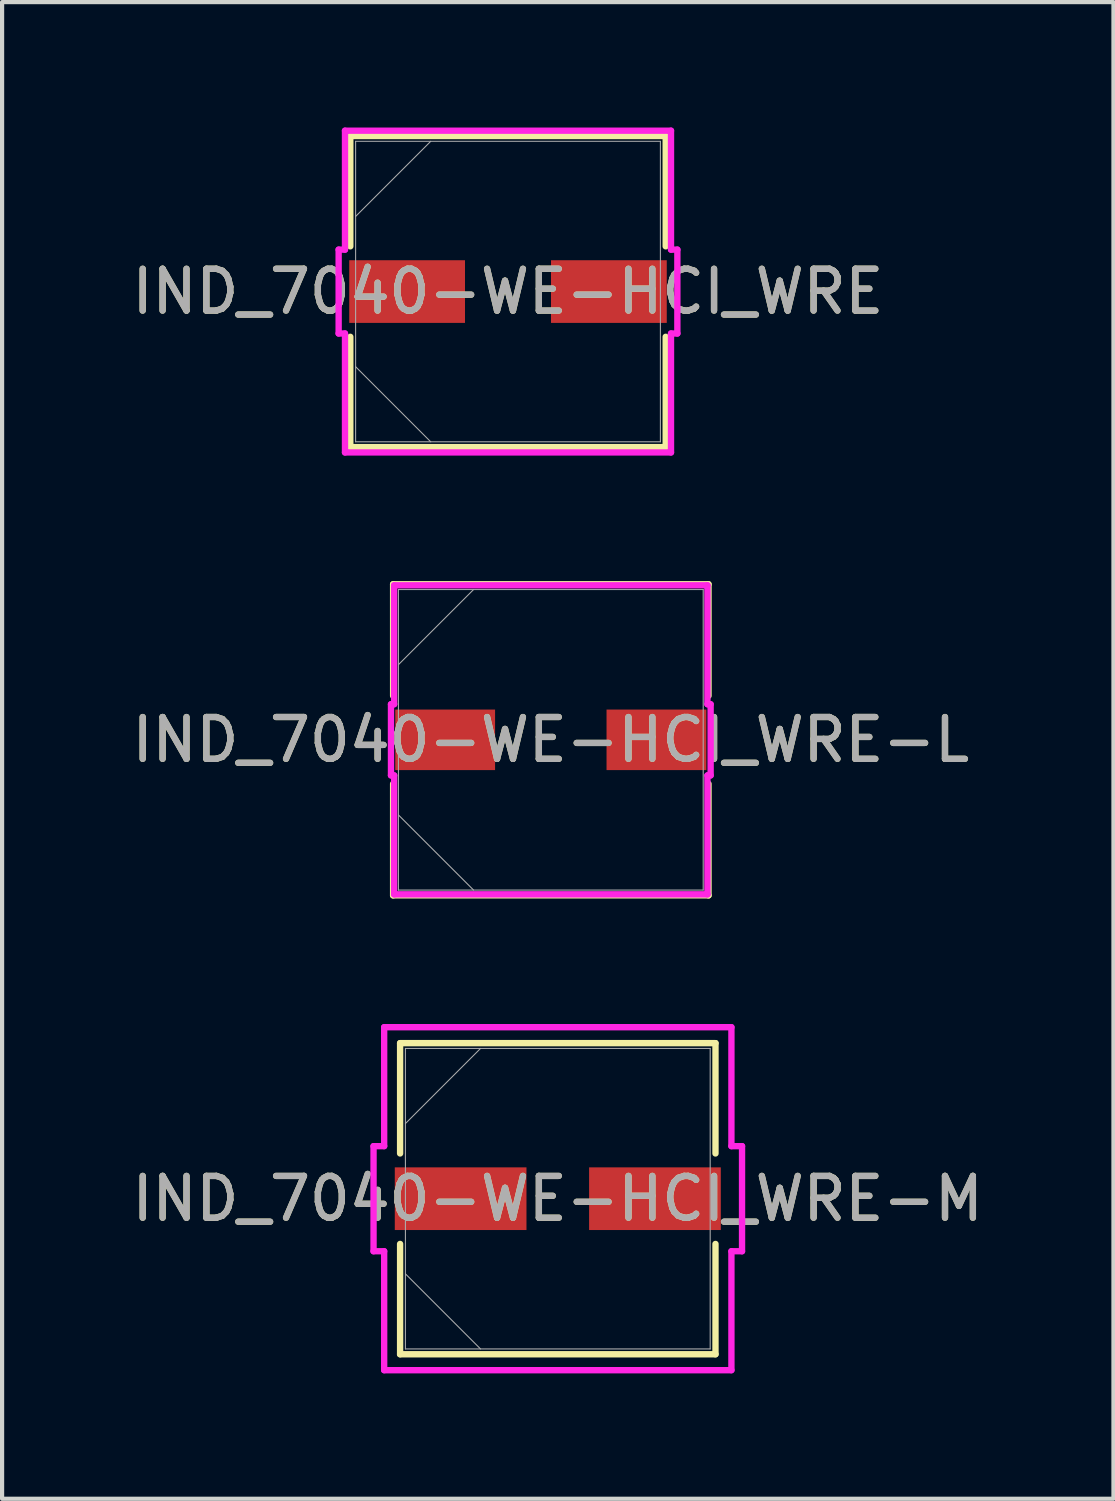
<source format=kicad_pcb>
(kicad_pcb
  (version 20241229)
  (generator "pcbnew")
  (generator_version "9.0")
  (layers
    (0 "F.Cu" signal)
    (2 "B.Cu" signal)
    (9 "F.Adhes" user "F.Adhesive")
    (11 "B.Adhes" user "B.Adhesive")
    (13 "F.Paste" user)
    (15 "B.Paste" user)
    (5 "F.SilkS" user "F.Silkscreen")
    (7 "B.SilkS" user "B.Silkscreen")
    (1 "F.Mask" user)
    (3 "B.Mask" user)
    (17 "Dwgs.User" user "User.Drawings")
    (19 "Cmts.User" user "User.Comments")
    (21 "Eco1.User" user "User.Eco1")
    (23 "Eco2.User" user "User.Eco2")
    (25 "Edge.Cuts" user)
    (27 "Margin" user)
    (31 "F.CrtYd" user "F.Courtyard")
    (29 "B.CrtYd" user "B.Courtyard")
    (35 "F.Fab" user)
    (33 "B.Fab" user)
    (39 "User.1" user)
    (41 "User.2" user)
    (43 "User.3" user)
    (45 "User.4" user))
  (footprint "IND_7040-WE-HCI_WRE"
    (layer "F.Cu")
    (at 9.101 3.924)
    (property "Reference" "IND_7040-WE-HCI_WRE" (at 0 0 0) (unlocked yes) (layer "F.SilkS") (effects (font (size 1 1) (thickness 0.15))))
    (attr smd)
    (fp_line (start -3.772 -3.721) (end -3.772 -1.082) (stroke (width 0.152) (type solid)) (layer "F.SilkS"))
    (fp_line (start -3.772 1.082) (end -3.772 3.721) (stroke (width 0.152) (type solid)) (layer "F.SilkS"))
    (fp_line (start -3.772 3.721) (end 3.772 3.721) (stroke (width 0.152) (type solid)) (layer "F.SilkS"))
    (fp_line (start 3.772 -3.721) (end -3.772 -3.721) (stroke (width 0.152) (type solid)) (layer "F.SilkS"))
    (fp_line (start 3.772 -1.082) (end 3.772 -3.721) (stroke (width 0.152) (type solid)) (layer "F.SilkS"))
    (fp_line (start 3.772 3.721) (end 3.772 1.082) (stroke (width 0.152) (type solid)) (layer "F.SilkS"))
    (fp_line (start -4.051 -1.003) (end -3.899 -1.003) (stroke (width 0.152) (type solid)) (layer "F.CrtYd"))
    (fp_line (start -4.051 1.003) (end -4.051 -1.003) (stroke (width 0.152) (type solid)) (layer "F.CrtYd"))
    (fp_line (start -3.899 -3.848) (end 3.899 -3.848) (stroke (width 0.152) (type solid)) (layer "F.CrtYd"))
    (fp_line (start -3.899 -1.003) (end -3.899 -3.848) (stroke (width 0.152) (type solid)) (layer "F.CrtYd"))
    (fp_line (start -3.899 1.003) (end -4.051 1.003) (stroke (width 0.152) (type solid)) (layer "F.CrtYd"))
    (fp_line (start -3.899 1.003) (end -3.899 3.848) (stroke (width 0.152) (type solid)) (layer "F.CrtYd"))
    (fp_line (start -3.899 3.848) (end 3.899 3.848) (stroke (width 0.152) (type solid)) (layer "F.CrtYd"))
    (fp_line (start 3.899 -3.848) (end 3.899 -1.003) (stroke (width 0.152) (type solid)) (layer "F.CrtYd"))
    (fp_line (start 3.899 -1.003) (end 4.051 -1.003) (stroke (width 0.152) (type solid)) (layer "F.CrtYd"))
    (fp_line (start 3.899 1.003) (end 4.051 1.003) (stroke (width 0.152) (type solid)) (layer "F.CrtYd"))
    (fp_line (start 3.899 3.848) (end 3.899 1.003) (stroke (width 0.152) (type solid)) (layer "F.CrtYd"))
    (fp_line (start 4.051 -1.003) (end 4.051 1.003) (stroke (width 0.152) (type solid)) (layer "F.CrtYd"))
    (fp_line (start -3.645 -3.594) (end -3.645 3.594) (stroke (width 0.025) (type solid)) (layer "F.Fab"))
    (fp_line (start -3.645 -1.797) (end -1.848 -3.594) (stroke (width 0.025) (type solid)) (layer "F.Fab"))
    (fp_line (start -3.645 1.797) (end -1.848 3.594) (stroke (width 0.025) (type solid)) (layer "F.Fab"))
    (fp_line (start -3.645 3.594) (end 3.645 3.594) (stroke (width 0.025) (type solid)) (layer "F.Fab"))
    (fp_line (start 3.645 -3.594) (end -3.645 -3.594) (stroke (width 0.025) (type solid)) (layer "F.Fab"))
    (fp_line (start 3.645 3.594) (end 3.645 -3.594) (stroke (width 0.025) (type solid)) (layer "F.Fab"))
    (fp_text user "${REFERENCE}" (at 0 0 0) (unlocked yes) (layer "F.Fab") (effects (font (size 1 1) (thickness 0.15))))
    (pad "1" smd rect (at -2.413 0 90) (size 1.499 2.769) (layers "F.Cu" "F.Mask" "F.Paste"))
    (pad "2" smd rect (at 2.413 0 90) (size 1.499 2.769) (layers "F.Cu" "F.Mask" "F.Paste")))
  (footprint "IND_7040-WE-HCI_WRE-M"
    (layer "F.Cu")
    (at 10.292 25.622)
    (property "Reference" "IND_7040-WE-HCI_WRE-M" (at 0 0 0) (unlocked yes) (layer "F.SilkS") (effects (font (size 1 1) (thickness 0.15))))
    (attr smd)
    (fp_line (start -3.772 -3.721) (end -3.772 -1.082) (stroke (width 0.152) (type solid)) (layer "F.SilkS"))
    (fp_line (start -3.772 1.082) (end -3.772 3.721) (stroke (width 0.152) (type solid)) (layer "F.SilkS"))
    (fp_line (start -3.772 3.721) (end 3.772 3.721) (stroke (width 0.152) (type solid)) (layer "F.SilkS"))
    (fp_line (start 3.772 -3.721) (end -3.772 -3.721) (stroke (width 0.152) (type solid)) (layer "F.SilkS"))
    (fp_line (start 3.772 -1.082) (end 3.772 -3.721) (stroke (width 0.152) (type solid)) (layer "F.SilkS"))
    (fp_line (start 3.772 3.721) (end 3.772 1.082) (stroke (width 0.152) (type solid)) (layer "F.SilkS"))
    (fp_line (start -4.407 -1.257) (end -4.153 -1.257) (stroke (width 0.152) (type solid)) (layer "F.CrtYd"))
    (fp_line (start -4.407 1.257) (end -4.407 -1.257) (stroke (width 0.152) (type solid)) (layer "F.CrtYd"))
    (fp_line (start -4.153 -4.102) (end 4.153 -4.102) (stroke (width 0.152) (type solid)) (layer "F.CrtYd"))
    (fp_line (start -4.153 -1.257) (end -4.153 -4.102) (stroke (width 0.152) (type solid)) (layer "F.CrtYd"))
    (fp_line (start -4.153 1.257) (end -4.407 1.257) (stroke (width 0.152) (type solid)) (layer "F.CrtYd"))
    (fp_line (start -4.153 1.257) (end -4.153 4.102) (stroke (width 0.152) (type solid)) (layer "F.CrtYd"))
    (fp_line (start -4.153 4.102) (end 4.153 4.102) (stroke (width 0.152) (type solid)) (layer "F.CrtYd"))
    (fp_line (start 4.153 -4.102) (end 4.153 -1.257) (stroke (width 0.152) (type solid)) (layer "F.CrtYd"))
    (fp_line (start 4.153 -1.257) (end 4.407 -1.257) (stroke (width 0.152) (type solid)) (layer "F.CrtYd"))
    (fp_line (start 4.153 1.257) (end 4.407 1.257) (stroke (width 0.152) (type solid)) (layer "F.CrtYd"))
    (fp_line (start 4.153 4.102) (end 4.153 1.257) (stroke (width 0.152) (type solid)) (layer "F.CrtYd"))
    (fp_line (start 4.407 -1.257) (end 4.407 1.257) (stroke (width 0.152) (type solid)) (layer "F.CrtYd"))
    (fp_line (start -3.645 -3.594) (end -3.645 3.594) (stroke (width 0.025) (type solid)) (layer "F.Fab"))
    (fp_line (start -3.645 -1.797) (end -1.848 -3.594) (stroke (width 0.025) (type solid)) (layer "F.Fab"))
    (fp_line (start -3.645 1.797) (end -1.848 3.594) (stroke (width 0.025) (type solid)) (layer "F.Fab"))
    (fp_line (start -3.645 3.594) (end 3.645 3.594) (stroke (width 0.025) (type solid)) (layer "F.Fab"))
    (fp_line (start 3.645 -3.594) (end -3.645 -3.594) (stroke (width 0.025) (type solid)) (layer "F.Fab"))
    (fp_line (start 3.645 3.594) (end 3.645 -3.594) (stroke (width 0.025) (type solid)) (layer "F.Fab"))
    (fp_text user "${REFERENCE}" (at 0 0 0) (unlocked yes) (layer "F.Fab") (effects (font (size 1 1) (thickness 0.15))))
    (pad "1" smd rect (at -2.324 0 90) (size 1.499 3.15) (layers "F.Cu" "F.Mask" "F.Paste"))
    (pad "2" smd rect (at 2.324 0 90) (size 1.499 3.15) (layers "F.Cu" "F.Mask" "F.Paste")))
  (footprint "IND_7040-WE-HCI_WRE-L"
    (layer "F.Cu")
    (at 10.125 14.646)
    (property "Reference" "IND_7040-WE-HCI_WRE-L" (at 0 0 0) (unlocked yes) (layer "F.SilkS") (effects (font (size 1 1) (thickness 0.15))))
    (attr smd)
    (fp_line (start -3.772 -3.721) (end -3.772 -1.053) (stroke (width 0.152) (type solid)) (layer "F.SilkS"))
    (fp_line (start -3.772 1.053) (end -3.772 3.721) (stroke (width 0.152) (type solid)) (layer "F.SilkS"))
    (fp_line (start -3.772 3.721) (end 3.772 3.721) (stroke (width 0.152) (type solid)) (layer "F.SilkS"))
    (fp_line (start 3.772 -3.721) (end -3.772 -3.721) (stroke (width 0.152) (type solid)) (layer "F.SilkS"))
    (fp_line (start 3.772 -1.053) (end 3.772 -3.721) (stroke (width 0.152) (type solid)) (layer "F.SilkS"))
    (fp_line (start 3.772 3.721) (end 3.772 1.053) (stroke (width 0.152) (type solid)) (layer "F.SilkS"))
    (fp_line (start -3.823 -0.851) (end -3.747 -0.851) (stroke (width 0.152) (type solid)) (layer "F.CrtYd"))
    (fp_line (start -3.823 0.851) (end -3.823 -0.851) (stroke (width 0.152) (type solid)) (layer "F.CrtYd"))
    (fp_line (start -3.747 -3.696) (end 3.747 -3.696) (stroke (width 0.152) (type solid)) (layer "F.CrtYd"))
    (fp_line (start -3.747 -0.851) (end -3.747 -3.696) (stroke (width 0.152) (type solid)) (layer "F.CrtYd"))
    (fp_line (start -3.747 0.851) (end -3.823 0.851) (stroke (width 0.152) (type solid)) (layer "F.CrtYd"))
    (fp_line (start -3.747 0.851) (end -3.747 3.696) (stroke (width 0.152) (type solid)) (layer "F.CrtYd"))
    (fp_line (start -3.747 3.696) (end 3.747 3.696) (stroke (width 0.152) (type solid)) (layer "F.CrtYd"))
    (fp_line (start 3.747 -3.696) (end 3.747 -0.851) (stroke (width 0.152) (type solid)) (layer "F.CrtYd"))
    (fp_line (start 3.747 -0.851) (end 3.823 -0.851) (stroke (width 0.152) (type solid)) (layer "F.CrtYd"))
    (fp_line (start 3.747 0.851) (end 3.823 0.851) (stroke (width 0.152) (type solid)) (layer "F.CrtYd"))
    (fp_line (start 3.747 3.696) (end 3.747 0.851) (stroke (width 0.152) (type solid)) (layer "F.CrtYd"))
    (fp_line (start 3.823 -0.851) (end 3.823 0.851) (stroke (width 0.152) (type solid)) (layer "F.CrtYd"))
    (fp_line (start -3.645 -3.594) (end -3.645 3.594) (stroke (width 0.025) (type solid)) (layer "F.Fab"))
    (fp_line (start -3.645 -1.797) (end -1.848 -3.594) (stroke (width 0.025) (type solid)) (layer "F.Fab"))
    (fp_line (start -3.645 1.797) (end -1.848 3.594) (stroke (width 0.025) (type solid)) (layer "F.Fab"))
    (fp_line (start -3.645 3.594) (end 3.645 3.594) (stroke (width 0.025) (type solid)) (layer "F.Fab"))
    (fp_line (start 3.645 -3.594) (end -3.645 -3.594) (stroke (width 0.025) (type solid)) (layer "F.Fab"))
    (fp_line (start 3.645 3.594) (end 3.645 -3.594) (stroke (width 0.025) (type solid)) (layer "F.Fab"))
    (fp_text user "${REFERENCE}" (at 0 0 0) (unlocked yes) (layer "F.Fab") (effects (font (size 1 1) (thickness 0.15))))
    (pad "1" smd rect (at -2.527 0 90) (size 1.448 2.388) (layers "F.Cu" "F.Mask" "F.Paste"))
    (pad "2" smd rect (at 2.527 0 90) (size 1.448 2.388) (layers "F.Cu" "F.Mask" "F.Paste")))
  (gr_rect
    (start -3 -3)
    (end 23.583 32.8)
    (stroke (width 0.1) (type default))
    (fill no)
    (layer "Edge.Cuts")))
</source>
